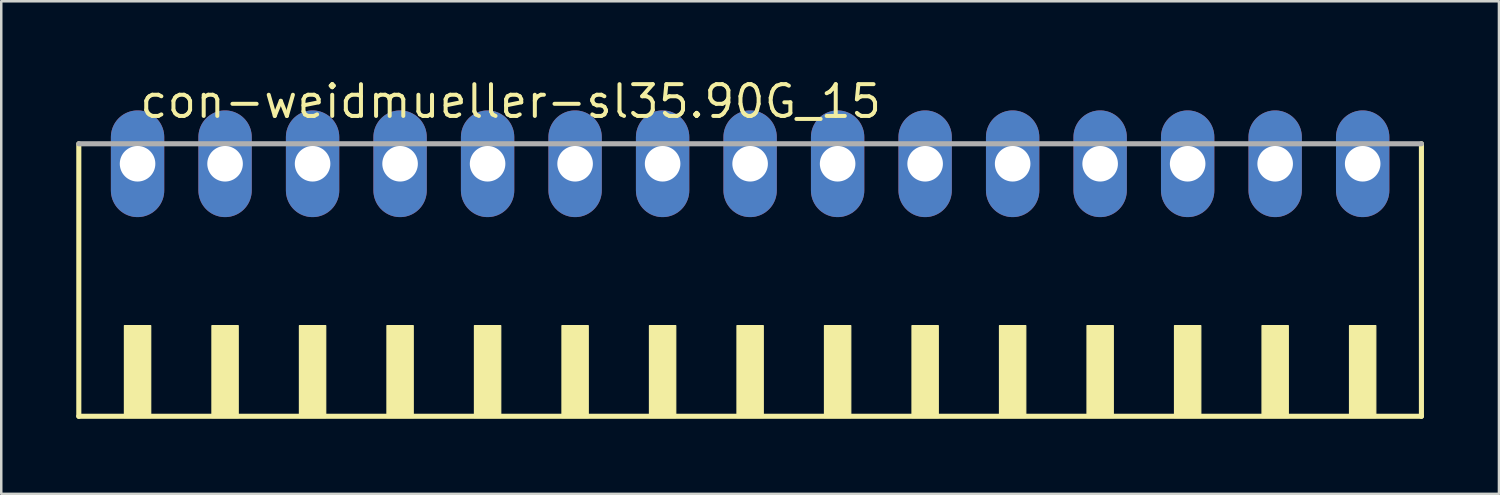
<source format=kicad_pcb>
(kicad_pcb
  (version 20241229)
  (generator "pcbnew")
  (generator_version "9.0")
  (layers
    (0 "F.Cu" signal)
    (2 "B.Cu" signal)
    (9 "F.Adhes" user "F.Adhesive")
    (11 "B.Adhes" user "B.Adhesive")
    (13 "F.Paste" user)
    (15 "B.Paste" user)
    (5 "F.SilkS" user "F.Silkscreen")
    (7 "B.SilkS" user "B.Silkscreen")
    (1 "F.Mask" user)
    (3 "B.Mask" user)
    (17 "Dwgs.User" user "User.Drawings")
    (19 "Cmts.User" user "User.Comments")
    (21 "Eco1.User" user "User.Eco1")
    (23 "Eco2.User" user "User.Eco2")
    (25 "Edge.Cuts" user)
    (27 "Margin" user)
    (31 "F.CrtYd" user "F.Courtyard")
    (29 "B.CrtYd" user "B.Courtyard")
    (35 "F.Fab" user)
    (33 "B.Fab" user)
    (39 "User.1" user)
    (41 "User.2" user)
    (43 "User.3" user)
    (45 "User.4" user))
  (footprint "con-weidmueller-sl35.90G_15"
    (layer "F.Cu")
    (at 26.952 8.75)
    (property "Reference" "con-weidmueller-sl35.90G_15" (at -24.5 -7 0) (layer "F.SilkS") (effects (font (size 1.27 1.27) (thickness 0.16)) (justify left bottom)))
    (attr through_hole)
    (fp_line (start -26.85 -6.05) (end -26.85 4.85) (stroke (width 0.203) (type default)) (layer "F.SilkS"))
    (fp_line (start -26.85 4.85) (end 26.85 4.85) (stroke (width 0.203) (type default)) (layer "F.SilkS"))
    (fp_line (start 26.85 4.85) (end 26.85 -6.05) (stroke (width 0.203) (type default)) (layer "F.SilkS"))
    (fp_rect (start -25.025 4.9) (end -23.975 1.225) (stroke (width 0.05) (type default)) (fill yes) (layer "F.SilkS"))
    (fp_rect (start -21.525 4.9) (end -20.475 1.225) (stroke (width 0.05) (type default)) (fill yes) (layer "F.SilkS"))
    (fp_rect (start -18.025 4.9) (end -16.975 1.225) (stroke (width 0.05) (type default)) (fill yes) (layer "F.SilkS"))
    (fp_rect (start -14.525 4.9) (end -13.475 1.225) (stroke (width 0.05) (type default)) (fill yes) (layer "F.SilkS"))
    (fp_rect (start -11.025 4.9) (end -9.975 1.225) (stroke (width 0.05) (type default)) (fill yes) (layer "F.SilkS"))
    (fp_rect (start -7.525 4.9) (end -6.475 1.225) (stroke (width 0.05) (type default)) (fill yes) (layer "F.SilkS"))
    (fp_rect (start -4.025 4.9) (end -2.975 1.225) (stroke (width 0.05) (type default)) (fill yes) (layer "F.SilkS"))
    (fp_rect (start -0.525 4.9) (end 0.525 1.225) (stroke (width 0.05) (type default)) (fill yes) (layer "F.SilkS"))
    (fp_rect (start 2.975 4.9) (end 4.025 1.225) (stroke (width 0.05) (type default)) (fill yes) (layer "F.SilkS"))
    (fp_rect (start 6.475 4.9) (end 7.525 1.225) (stroke (width 0.05) (type default)) (fill yes) (layer "F.SilkS"))
    (fp_rect (start 9.975 4.9) (end 11.025 1.225) (stroke (width 0.05) (type default)) (fill yes) (layer "F.SilkS"))
    (fp_rect (start 13.475 4.9) (end 14.525 1.225) (stroke (width 0.05) (type default)) (fill yes) (layer "F.SilkS"))
    (fp_rect (start 16.975 4.9) (end 18.025 1.225) (stroke (width 0.05) (type default)) (fill yes) (layer "F.SilkS"))
    (fp_rect (start 20.475 4.9) (end 21.525 1.225) (stroke (width 0.05) (type default)) (fill yes) (layer "F.SilkS"))
    (fp_rect (start 23.975 4.9) (end 25.025 1.225) (stroke (width 0.05) (type default)) (fill yes) (layer "F.SilkS"))
    (fp_line (start 26.85 -6.05) (end -26.85 -6.05) (stroke (width 0.203) (type default)) (layer "F.Fab"))
    (pad "1" thru_hole oval (at -24.5 -5.25 90) (size 4.267 2.134) (drill 1.422) (layers "*.Cu" "*.Mask"))
    (pad "2" thru_hole oval (at -21 -5.25 90) (size 4.267 2.134) (drill 1.422) (layers "*.Cu" "*.Mask"))
    (pad "3" thru_hole oval (at -17.5 -5.25 90) (size 4.267 2.134) (drill 1.422) (layers "*.Cu" "*.Mask"))
    (pad "4" thru_hole oval (at -14 -5.25 90) (size 4.267 2.134) (drill 1.422) (layers "*.Cu" "*.Mask"))
    (pad "5" thru_hole oval (at -10.5 -5.25 90) (size 4.267 2.134) (drill 1.422) (layers "*.Cu" "*.Mask"))
    (pad "6" thru_hole oval (at -7 -5.25 90) (size 4.267 2.134) (drill 1.422) (layers "*.Cu" "*.Mask"))
    (pad "7" thru_hole oval (at -3.5 -5.25 90) (size 4.267 2.134) (drill 1.422) (layers "*.Cu" "*.Mask"))
    (pad "8" thru_hole oval (at 0 -5.25 90) (size 4.267 2.134) (drill 1.422) (layers "*.Cu" "*.Mask"))
    (pad "9" thru_hole oval (at 3.5 -5.25 90) (size 4.267 2.134) (drill 1.422) (layers "*.Cu" "*.Mask"))
    (pad "10" thru_hole oval (at 7 -5.25 90) (size 4.267 2.134) (drill 1.422) (layers "*.Cu" "*.Mask"))
    (pad "11" thru_hole oval (at 10.5 -5.25 90) (size 4.267 2.134) (drill 1.422) (layers "*.Cu" "*.Mask"))
    (pad "12" thru_hole oval (at 14 -5.25 90) (size 4.267 2.134) (drill 1.422) (layers "*.Cu" "*.Mask"))
    (pad "13" thru_hole oval (at 17.5 -5.25 90) (size 4.267 2.134) (drill 1.422) (layers "*.Cu" "*.Mask"))
    (pad "14" thru_hole oval (at 21 -5.25 90) (size 4.267 2.134) (drill 1.422) (layers "*.Cu" "*.Mask"))
    (pad "15" thru_hole oval (at 24.5 -5.25 90) (size 4.267 2.134) (drill 1.422) (layers "*.Cu" "*.Mask")))
  (gr_rect
    (start -3 -3)
    (end 56.903 16.702)
    (stroke (width 0.1) (type default))
    (fill no)
    (layer "Edge.Cuts")))
</source>
